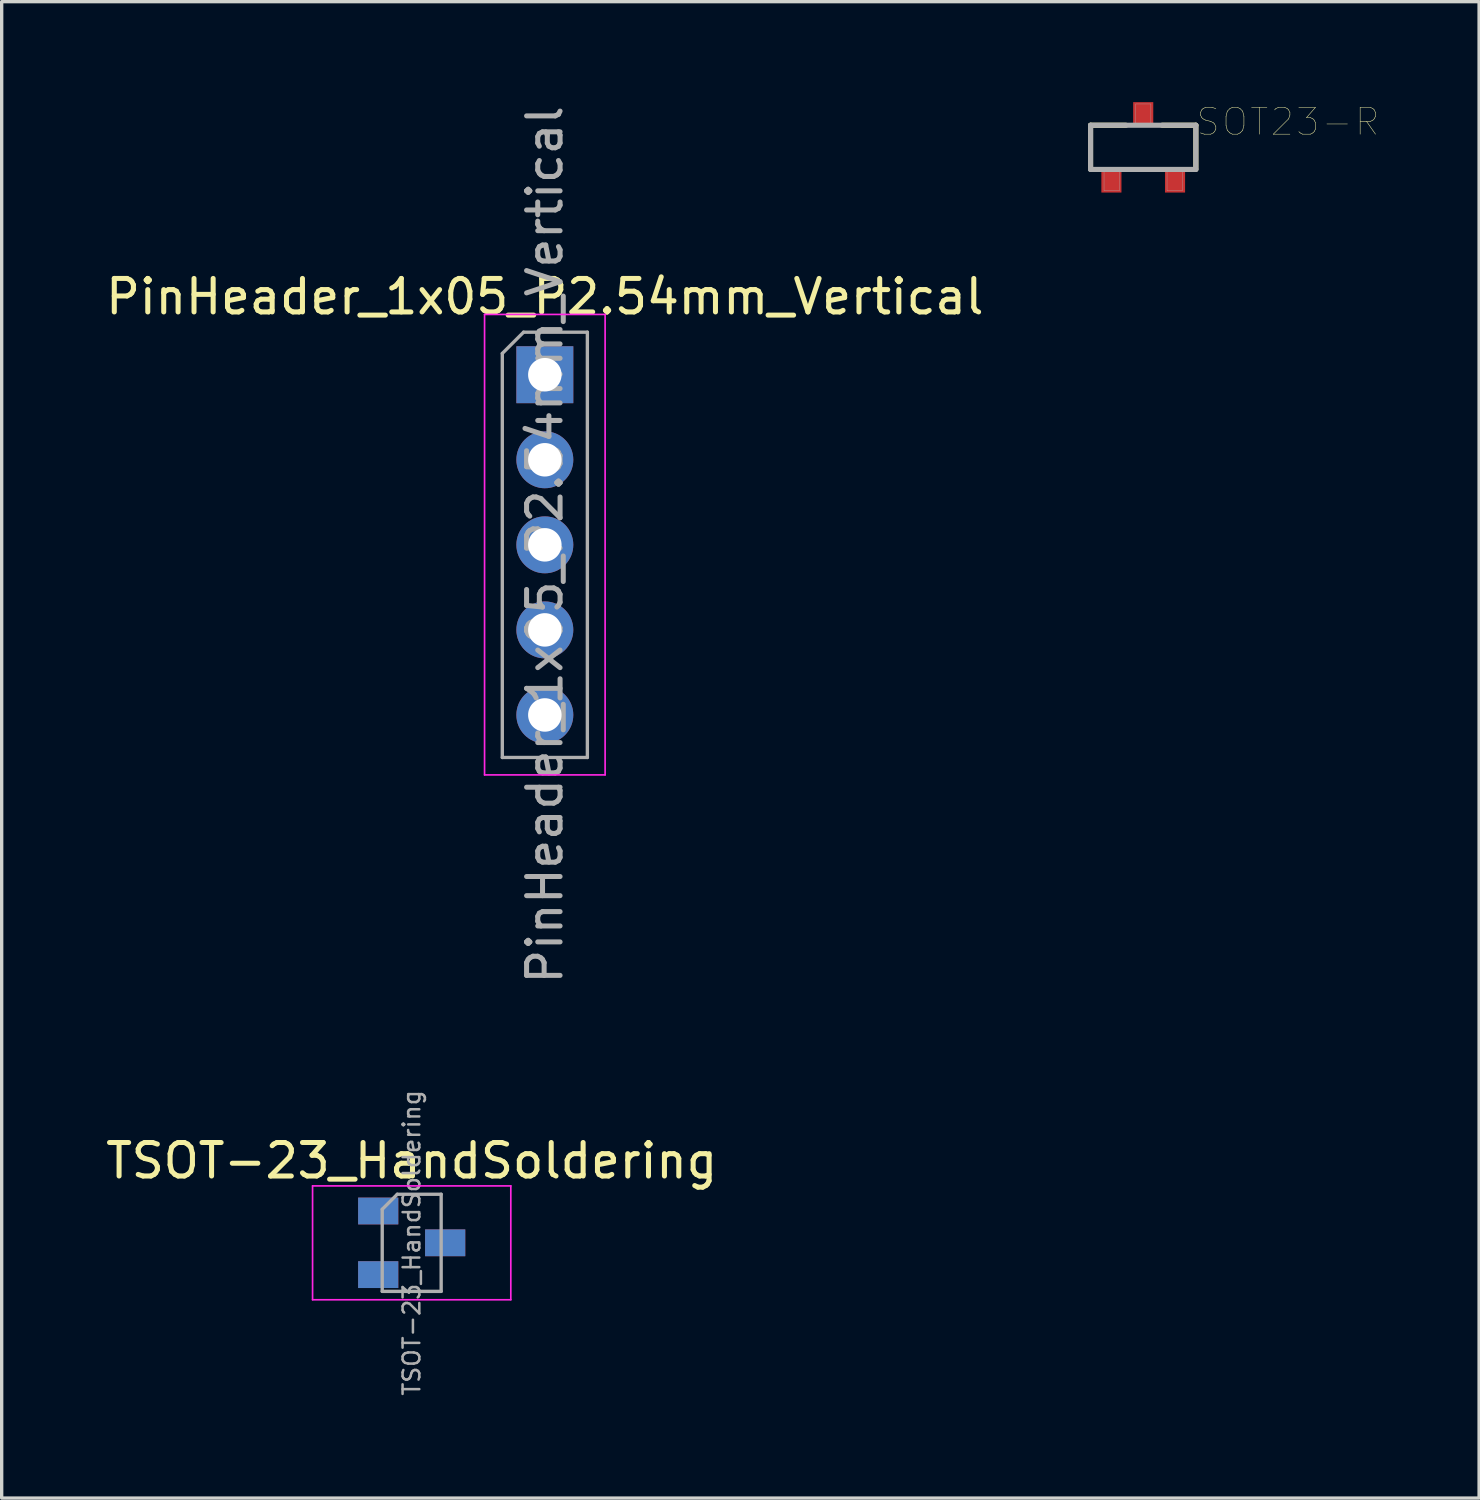
<source format=kicad_pcb>
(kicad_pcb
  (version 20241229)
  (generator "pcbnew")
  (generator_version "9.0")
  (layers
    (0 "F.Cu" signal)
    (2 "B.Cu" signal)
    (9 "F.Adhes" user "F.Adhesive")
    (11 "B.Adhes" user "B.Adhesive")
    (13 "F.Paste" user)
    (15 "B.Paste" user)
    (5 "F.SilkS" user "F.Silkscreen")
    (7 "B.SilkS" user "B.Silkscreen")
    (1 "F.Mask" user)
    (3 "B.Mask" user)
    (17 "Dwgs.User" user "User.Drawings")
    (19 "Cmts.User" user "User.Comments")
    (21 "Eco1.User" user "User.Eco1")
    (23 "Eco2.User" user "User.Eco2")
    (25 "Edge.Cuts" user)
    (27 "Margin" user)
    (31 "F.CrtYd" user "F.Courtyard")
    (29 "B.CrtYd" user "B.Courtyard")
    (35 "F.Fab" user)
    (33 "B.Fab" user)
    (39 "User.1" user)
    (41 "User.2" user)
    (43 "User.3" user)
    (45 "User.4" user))
  (footprint "PinHeader_1x05_P2.54mm_Vertical"
    (layer "F.Cu")
    (at 13.22 8.14)
    (property "Reference" "PinHeader_1x05_P2.54mm_Vertical" (at 0 -2.33 0) (layer "F.SilkS") (effects (font (size 1 1) (thickness 0.15))))
    (attr through_hole)
    (fp_line (start -1.8 -1.8) (end -1.8 11.95) (stroke (width 0.05) (type solid)) (layer "F.CrtYd"))
    (fp_line (start -1.8 11.95) (end 1.8 11.95) (stroke (width 0.05) (type solid)) (layer "F.CrtYd"))
    (fp_line (start 1.8 -1.8) (end -1.8 -1.8) (stroke (width 0.05) (type solid)) (layer "F.CrtYd"))
    (fp_line (start 1.8 11.95) (end 1.8 -1.8) (stroke (width 0.05) (type solid)) (layer "F.CrtYd"))
    (fp_line (start -1.27 -0.635) (end -0.635 -1.27) (stroke (width 0.1) (type solid)) (layer "F.Fab"))
    (fp_line (start -1.27 11.43) (end -1.27 -0.635) (stroke (width 0.1) (type solid)) (layer "F.Fab"))
    (fp_line (start -0.635 -1.27) (end 1.27 -1.27) (stroke (width 0.1) (type solid)) (layer "F.Fab"))
    (fp_line (start 1.27 -1.27) (end 1.27 11.43) (stroke (width 0.1) (type solid)) (layer "F.Fab"))
    (fp_line (start 1.27 11.43) (end -1.27 11.43) (stroke (width 0.1) (type solid)) (layer "F.Fab"))
    (fp_text user "${REFERENCE}" (at 0 5.08 90) (layer "F.Fab") (effects (font (size 1 1) (thickness 0.15))))
    (pad "1" thru_hole rect (at 0 0) (size 1.7 1.7) (drill 1) (layers "*.Cu" "*.Mask"))
    (pad "2" thru_hole oval (at 0 2.54) (size 1.7 1.7) (drill 1) (layers "*.Cu" "*.Mask"))
    (pad "3" thru_hole oval (at 0 5.08) (size 1.7 1.7) (drill 1) (layers "*.Cu" "*.Mask"))
    (pad "4" thru_hole oval (at 0 7.62) (size 1.7 1.7) (drill 1) (layers "*.Cu" "*.Mask"))
    (pad "5" thru_hole oval (at 0 10.16) (size 1.7 1.7) (drill 1) (layers "*.Cu" "*.Mask")))
  (footprint "TSOT-23_HandSoldering"
    (layer "F.Cu")
    (at 9.244 34.063)
    (property "Reference" "TSOT-23_HandSoldering" (at 0 -2.45 0) (layer "F.SilkS") (effects (font (size 1 1) (thickness 0.15))))
    (attr smd)
    (fp_line (start -2.96 -1.7) (end -2.96 1.7) (stroke (width 0.05) (type solid)) (layer "F.CrtYd"))
    (fp_line (start -2.96 -1.7) (end 2.96 -1.7) (stroke (width 0.05) (type solid)) (layer "F.CrtYd"))
    (fp_line (start 2.96 1.7) (end -2.96 1.7) (stroke (width 0.05) (type solid)) (layer "F.CrtYd"))
    (fp_line (start 2.96 1.7) (end 2.96 -1.7) (stroke (width 0.05) (type solid)) (layer "F.CrtYd"))
    (fp_line (start -0.88 -1) (end -0.88 1.45) (stroke (width 0.1) (type solid)) (layer "F.Fab"))
    (fp_line (start -0.88 -1) (end -0.43 -1.45) (stroke (width 0.1) (type solid)) (layer "F.Fab"))
    (fp_line (start 0.88 -1.45) (end -0.43 -1.45) (stroke (width 0.1) (type solid)) (layer "F.Fab"))
    (fp_line (start 0.88 -1.45) (end 0.88 1.45) (stroke (width 0.1) (type solid)) (layer "F.Fab"))
    (fp_line (start 0.88 1.45) (end -0.88 1.45) (stroke (width 0.1) (type solid)) (layer "F.Fab"))
    (fp_text user "${REFERENCE}" (at 0 0 90) (layer "F.Fab") (effects (font (size 0.5 0.5) (thickness 0.075))))
    (pad "1" smd rect (at -1 0.95) (size 1.2 0.8) (layers "F.Cu" "F.Mask" "F.Paste"))
    (pad "1" smd rect (at -1 0.95) (size 1.2 0.8) (layers "B.Cu" "B.Mask" "B.Paste"))
    (pad "2" smd rect (at -1 -0.95) (size 1.2 0.8) (layers "F.Cu" "F.Mask" "F.Paste"))
    (pad "2" smd rect (at -1 -0.95) (size 1.2 0.8) (layers "B.Cu" "B.Mask" "B.Paste"))
    (pad "3" smd rect (at 1 0) (size 1.2 0.8) (layers "F.Cu" "F.Mask" "F.Paste"))
    (pad "3" smd rect (at 1 0) (size 1.2 0.8) (layers "B.Cu" "B.Mask" "B.Paste")))
  (footprint "SOT23-R"
    (layer "F.Cu")
    (at 31.089 1.35)
    (property "Reference" "SOT23-R" (at 4.323 -0.763 0) (layer "F.SilkS") (effects (font (size 0.801 0.801) (thickness 0.015))))
    (attr through_hole)
    (fp_line (start -1.572 -0.66) (end -0.514 -0.66) (stroke (width 0.152) (type solid)) (layer "F.SilkS"))
    (fp_line (start -1.572 0.652) (end -1.572 -0.66) (stroke (width 0.152) (type solid)) (layer "F.SilkS"))
    (fp_line (start 0.564 -0.66) (end 1.572 -0.66) (stroke (width 0.152) (type solid)) (layer "F.SilkS"))
    (fp_line (start 1.572 -0.66) (end 1.572 0.652) (stroke (width 0.152) (type solid)) (layer "F.SilkS"))
    (fp_line (start -1.572 -0.66) (end 1.572 -0.66) (stroke (width 0.152) (type solid)) (layer "F.Fab"))
    (fp_line (start -1.572 0.66) (end -1.572 -0.66) (stroke (width 0.152) (type solid)) (layer "F.Fab"))
    (fp_line (start 1.572 -0.66) (end 1.572 0.66) (stroke (width 0.152) (type solid)) (layer "F.Fab"))
    (fp_line (start 1.572 0.66) (end -1.572 0.66) (stroke (width 0.152) (type solid)) (layer "F.Fab"))
    (fp_poly (pts (xy -1.17 0.711) (xy -0.711 0.711) (xy -0.711 1.297) (xy -1.17 1.297)) (stroke (width 0.01) (type solid)) (fill no) (layer "F.Fab"))
    (fp_poly (pts (xy -0.229 -1.295) (xy 0.229 -1.295) (xy 0.229 -0.711) (xy -0.229 -0.711)) (stroke (width 0.01) (type solid)) (fill no) (layer "F.Fab"))
    (fp_poly (pts (xy 0.711 0.711) (xy 1.168 0.711) (xy 1.168 1.296) (xy 0.711 1.296)) (stroke (width 0.01) (type solid)) (fill no) (layer "F.Fab"))
    (pad "1" smd rect (at -0.95 1) (size 0.6 0.7) (layers "F.Cu" "F.Mask" "F.Paste"))
    (pad "2" smd rect (at 0.95 1) (size 0.6 0.7) (layers "F.Cu" "F.Mask" "F.Paste"))
    (pad "3" smd rect (at 0 -1) (size 0.6 0.7) (layers "F.Cu" "F.Mask" "F.Paste")))
  (gr_rect
    (start -3 -3)
    (end 41.119 41.685)
    (stroke (width 0.1) (type default))
    (fill no)
    (layer "Edge.Cuts")))
</source>
